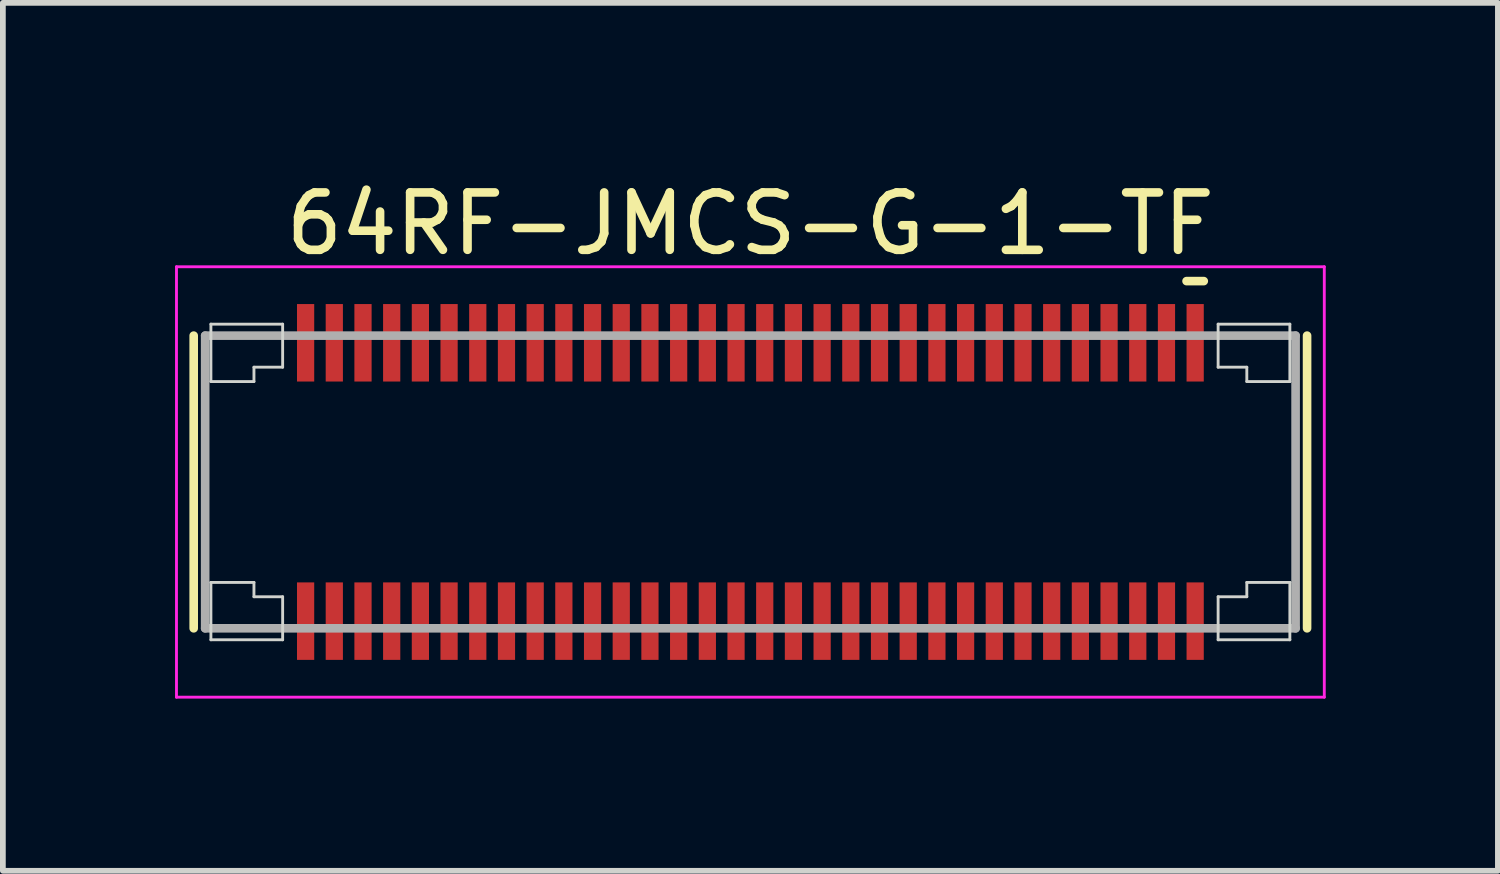
<source format=kicad_pcb>
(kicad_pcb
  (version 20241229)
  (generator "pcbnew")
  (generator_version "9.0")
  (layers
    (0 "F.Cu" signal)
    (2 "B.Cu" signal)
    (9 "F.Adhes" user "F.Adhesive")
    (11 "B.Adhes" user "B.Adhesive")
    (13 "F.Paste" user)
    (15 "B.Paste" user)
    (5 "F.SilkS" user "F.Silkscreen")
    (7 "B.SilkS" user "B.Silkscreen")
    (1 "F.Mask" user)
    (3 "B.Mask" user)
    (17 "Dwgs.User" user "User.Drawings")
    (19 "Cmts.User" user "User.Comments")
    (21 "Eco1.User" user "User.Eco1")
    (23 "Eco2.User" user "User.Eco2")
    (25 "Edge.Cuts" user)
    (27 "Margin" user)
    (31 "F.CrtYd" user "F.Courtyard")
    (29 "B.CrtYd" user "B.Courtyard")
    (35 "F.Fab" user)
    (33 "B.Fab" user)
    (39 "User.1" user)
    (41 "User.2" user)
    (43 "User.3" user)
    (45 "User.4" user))
  (footprint "64RF-JMCS-G-1-TF"
    (layer "F.Cu")
    (at 10.025 5.348)
    (property "Reference" "64RF-JMCS-G-1-TF" (at 0 -4.5 0) (layer "F.SilkS") (effects (font (size 1 1) (thickness 0.15))))
    (attr smd)
    (fp_line (start -9.7 -2.55) (end -9.7 2.55) (stroke (width 0.15) (type solid)) (layer "F.SilkS"))
    (fp_line (start 7.6 -3.5) (end 7.9 -3.5) (stroke (width 0.15) (type solid)) (layer "F.SilkS"))
    (fp_line (start 9.7 -2.55) (end 9.7 2.55) (stroke (width 0.15) (type solid)) (layer "F.SilkS"))
    (fp_line (start -9.4 -2.75) (end -9.4 -1.75) (stroke (width 0.05) (type solid)) (layer "Edge.Cuts"))
    (fp_line (start -9.4 -2.75) (end -8.15 -2.75) (stroke (width 0.05) (type solid)) (layer "Edge.Cuts"))
    (fp_line (start -9.4 -1.75) (end -8.65 -1.75) (stroke (width 0.05) (type solid)) (layer "Edge.Cuts"))
    (fp_line (start -9.4 1.75) (end -8.65 1.75) (stroke (width 0.05) (type solid)) (layer "Edge.Cuts"))
    (fp_line (start -9.4 2.75) (end -9.4 1.75) (stroke (width 0.05) (type solid)) (layer "Edge.Cuts"))
    (fp_line (start -9.4 2.75) (end -8.15 2.75) (stroke (width 0.05) (type solid)) (layer "Edge.Cuts"))
    (fp_line (start -8.65 -2) (end -8.65 -1.75) (stroke (width 0.05) (type solid)) (layer "Edge.Cuts"))
    (fp_line (start -8.65 -2) (end -8.15 -2) (stroke (width 0.05) (type solid)) (layer "Edge.Cuts"))
    (fp_line (start -8.65 2) (end -8.65 1.75) (stroke (width 0.05) (type solid)) (layer "Edge.Cuts"))
    (fp_line (start -8.65 2) (end -8.15 2) (stroke (width 0.05) (type solid)) (layer "Edge.Cuts"))
    (fp_line (start -8.15 -2.75) (end -8.15 -2) (stroke (width 0.05) (type solid)) (layer "Edge.Cuts"))
    (fp_line (start -8.15 2.75) (end -8.15 2) (stroke (width 0.05) (type solid)) (layer "Edge.Cuts"))
    (fp_line (start 8.15 -2.75) (end 8.15 -2) (stroke (width 0.05) (type solid)) (layer "Edge.Cuts"))
    (fp_line (start 8.15 2.75) (end 8.15 2) (stroke (width 0.05) (type solid)) (layer "Edge.Cuts"))
    (fp_line (start 8.65 -2) (end 8.15 -2) (stroke (width 0.05) (type solid)) (layer "Edge.Cuts"))
    (fp_line (start 8.65 -2) (end 8.65 -1.75) (stroke (width 0.05) (type solid)) (layer "Edge.Cuts"))
    (fp_line (start 8.65 2) (end 8.15 2) (stroke (width 0.05) (type solid)) (layer "Edge.Cuts"))
    (fp_line (start 8.65 2) (end 8.65 1.75) (stroke (width 0.05) (type solid)) (layer "Edge.Cuts"))
    (fp_line (start 9.4 -2.75) (end 8.15 -2.75) (stroke (width 0.05) (type solid)) (layer "Edge.Cuts"))
    (fp_line (start 9.4 -2.75) (end 9.4 -1.75) (stroke (width 0.05) (type solid)) (layer "Edge.Cuts"))
    (fp_line (start 9.4 -1.75) (end 8.65 -1.75) (stroke (width 0.05) (type solid)) (layer "Edge.Cuts"))
    (fp_line (start 9.4 1.75) (end 8.65 1.75) (stroke (width 0.05) (type solid)) (layer "Edge.Cuts"))
    (fp_line (start 9.4 2.75) (end 8.15 2.75) (stroke (width 0.05) (type solid)) (layer "Edge.Cuts"))
    (fp_line (start 9.4 2.75) (end 9.4 1.75) (stroke (width 0.05) (type solid)) (layer "Edge.Cuts"))
    (fp_line (start -10 -3.75) (end -10 3.75) (stroke (width 0.05) (type solid)) (layer "F.CrtYd"))
    (fp_line (start -10 -3.75) (end 10 -3.75) (stroke (width 0.05) (type solid)) (layer "F.CrtYd"))
    (fp_line (start -10 3.75) (end 10 3.75) (stroke (width 0.05) (type solid)) (layer "F.CrtYd"))
    (fp_line (start 10 -3.75) (end 10 3.75) (stroke (width 0.05) (type solid)) (layer "F.CrtYd"))
    (fp_line (start -9.5 -2.55) (end -9.5 2.55) (stroke (width 0.15) (type solid)) (layer "F.Fab"))
    (fp_line (start -9.5 -2.55) (end 9.5 -2.55) (stroke (width 0.15) (type solid)) (layer "F.Fab"))
    (fp_line (start -9.5 2.55) (end 9.5 2.55) (stroke (width 0.15) (type solid)) (layer "F.Fab"))
    (fp_line (start 9.5 -2.55) (end 9.5 2.55) (stroke (width 0.15) (type solid)) (layer "F.Fab"))
    (pad "1" smd rect (at 7.75 -2.425) (size 0.3 1.35) (layers "F.Cu" "F.Mask" "F.Paste"))
    (pad "2" smd rect (at 7.75 2.425) (size 0.3 1.35) (layers "F.Cu" "F.Mask" "F.Paste"))
    (pad "3" smd rect (at 7.25 -2.425) (size 0.3 1.35) (layers "F.Cu" "F.Mask" "F.Paste"))
    (pad "4" smd rect (at 7.25 2.425) (size 0.3 1.35) (layers "F.Cu" "F.Mask" "F.Paste"))
    (pad "5" smd rect (at 6.75 -2.425) (size 0.3 1.35) (layers "F.Cu" "F.Mask" "F.Paste"))
    (pad "6" smd rect (at 6.75 2.425) (size 0.3 1.35) (layers "F.Cu" "F.Mask" "F.Paste"))
    (pad "7" smd rect (at 6.25 -2.425) (size 0.3 1.35) (layers "F.Cu" "F.Mask" "F.Paste"))
    (pad "8" smd rect (at 6.25 2.425) (size 0.3 1.35) (layers "F.Cu" "F.Mask" "F.Paste"))
    (pad "9" smd rect (at 5.75 -2.425) (size 0.3 1.35) (layers "F.Cu" "F.Mask" "F.Paste"))
    (pad "10" smd rect (at 5.75 2.425) (size 0.3 1.35) (layers "F.Cu" "F.Mask" "F.Paste"))
    (pad "11" smd rect (at 5.25 -2.425) (size 0.3 1.35) (layers "F.Cu" "F.Mask" "F.Paste"))
    (pad "12" smd rect (at 5.25 2.425) (size 0.3 1.35) (layers "F.Cu" "F.Mask" "F.Paste"))
    (pad "13" smd rect (at 4.75 -2.425) (size 0.3 1.35) (layers "F.Cu" "F.Mask" "F.Paste"))
    (pad "14" smd rect (at 4.75 2.425) (size 0.3 1.35) (layers "F.Cu" "F.Mask" "F.Paste"))
    (pad "15" smd rect (at 4.25 -2.425) (size 0.3 1.35) (layers "F.Cu" "F.Mask" "F.Paste"))
    (pad "16" smd rect (at 4.25 2.425) (size 0.3 1.35) (layers "F.Cu" "F.Mask" "F.Paste"))
    (pad "17" smd rect (at 3.75 -2.425) (size 0.3 1.35) (layers "F.Cu" "F.Mask" "F.Paste"))
    (pad "18" smd rect (at 3.75 2.425) (size 0.3 1.35) (layers "F.Cu" "F.Mask" "F.Paste"))
    (pad "19" smd rect (at 3.25 -2.425) (size 0.3 1.35) (layers "F.Cu" "F.Mask" "F.Paste"))
    (pad "20" smd rect (at 3.25 2.425) (size 0.3 1.35) (layers "F.Cu" "F.Mask" "F.Paste"))
    (pad "21" smd rect (at 2.75 -2.425) (size 0.3 1.35) (layers "F.Cu" "F.Mask" "F.Paste"))
    (pad "22" smd rect (at 2.75 2.425) (size 0.3 1.35) (layers "F.Cu" "F.Mask" "F.Paste"))
    (pad "23" smd rect (at 2.25 -2.425) (size 0.3 1.35) (layers "F.Cu" "F.Mask" "F.Paste"))
    (pad "24" smd rect (at 2.25 2.425) (size 0.3 1.35) (layers "F.Cu" "F.Mask" "F.Paste"))
    (pad "25" smd rect (at 1.75 -2.425) (size 0.3 1.35) (layers "F.Cu" "F.Mask" "F.Paste"))
    (pad "26" smd rect (at 1.75 2.425) (size 0.3 1.35) (layers "F.Cu" "F.Mask" "F.Paste"))
    (pad "27" smd rect (at 1.25 -2.425) (size 0.3 1.35) (layers "F.Cu" "F.Mask" "F.Paste"))
    (pad "28" smd rect (at 1.25 2.425) (size 0.3 1.35) (layers "F.Cu" "F.Mask" "F.Paste"))
    (pad "29" smd rect (at 0.75 -2.425) (size 0.3 1.35) (layers "F.Cu" "F.Mask" "F.Paste"))
    (pad "30" smd rect (at 0.75 2.425) (size 0.3 1.35) (layers "F.Cu" "F.Mask" "F.Paste"))
    (pad "31" smd rect (at 0.25 -2.425) (size 0.3 1.35) (layers "F.Cu" "F.Mask" "F.Paste"))
    (pad "32" smd rect (at 0.25 2.425) (size 0.3 1.35) (layers "F.Cu" "F.Mask" "F.Paste"))
    (pad "33" smd rect (at -0.25 -2.425) (size 0.3 1.35) (layers "F.Cu" "F.Mask" "F.Paste"))
    (pad "34" smd rect (at -0.25 2.425) (size 0.3 1.35) (layers "F.Cu" "F.Mask" "F.Paste"))
    (pad "35" smd rect (at -0.75 -2.425) (size 0.3 1.35) (layers "F.Cu" "F.Mask" "F.Paste"))
    (pad "36" smd rect (at -0.75 2.425) (size 0.3 1.35) (layers "F.Cu" "F.Mask" "F.Paste"))
    (pad "37" smd rect (at -1.25 -2.425) (size 0.3 1.35) (layers "F.Cu" "F.Mask" "F.Paste"))
    (pad "38" smd rect (at -1.25 2.425) (size 0.3 1.35) (layers "F.Cu" "F.Mask" "F.Paste"))
    (pad "39" smd rect (at -1.75 -2.425) (size 0.3 1.35) (layers "F.Cu" "F.Mask" "F.Paste"))
    (pad "40" smd rect (at -1.75 2.425) (size 0.3 1.35) (layers "F.Cu" "F.Mask" "F.Paste"))
    (pad "41" smd rect (at -2.25 -2.425) (size 0.3 1.35) (layers "F.Cu" "F.Mask" "F.Paste"))
    (pad "42" smd rect (at -2.25 2.425) (size 0.3 1.35) (layers "F.Cu" "F.Mask" "F.Paste"))
    (pad "43" smd rect (at -2.75 -2.425) (size 0.3 1.35) (layers "F.Cu" "F.Mask" "F.Paste"))
    (pad "44" smd rect (at -2.75 2.425) (size 0.3 1.35) (layers "F.Cu" "F.Mask" "F.Paste"))
    (pad "45" smd rect (at -3.25 -2.425) (size 0.3 1.35) (layers "F.Cu" "F.Mask" "F.Paste"))
    (pad "46" smd rect (at -3.25 2.425) (size 0.3 1.35) (layers "F.Cu" "F.Mask" "F.Paste"))
    (pad "47" smd rect (at -3.75 -2.425) (size 0.3 1.35) (layers "F.Cu" "F.Mask" "F.Paste"))
    (pad "48" smd rect (at -3.75 2.425) (size 0.3 1.35) (layers "F.Cu" "F.Mask" "F.Paste"))
    (pad "49" smd rect (at -4.25 -2.425) (size 0.3 1.35) (layers "F.Cu" "F.Mask" "F.Paste"))
    (pad "50" smd rect (at -4.25 2.425) (size 0.3 1.35) (layers "F.Cu" "F.Mask" "F.Paste"))
    (pad "51" smd rect (at -4.75 -2.425) (size 0.3 1.35) (layers "F.Cu" "F.Mask" "F.Paste"))
    (pad "52" smd rect (at -4.75 2.425) (size 0.3 1.35) (layers "F.Cu" "F.Mask" "F.Paste"))
    (pad "53" smd rect (at -5.25 -2.425) (size 0.3 1.35) (layers "F.Cu" "F.Mask" "F.Paste"))
    (pad "54" smd rect (at -5.25 2.425) (size 0.3 1.35) (layers "F.Cu" "F.Mask" "F.Paste"))
    (pad "55" smd rect (at -5.75 -2.425) (size 0.3 1.35) (layers "F.Cu" "F.Mask" "F.Paste"))
    (pad "56" smd rect (at -5.75 2.425) (size 0.3 1.35) (layers "F.Cu" "F.Mask" "F.Paste"))
    (pad "57" smd rect (at -6.25 -2.425) (size 0.3 1.35) (layers "F.Cu" "F.Mask" "F.Paste"))
    (pad "58" smd rect (at -6.25 2.425) (size 0.3 1.35) (layers "F.Cu" "F.Mask" "F.Paste"))
    (pad "59" smd rect (at -6.75 -2.425) (size 0.3 1.35) (layers "F.Cu" "F.Mask" "F.Paste"))
    (pad "60" smd rect (at -6.75 2.425) (size 0.3 1.35) (layers "F.Cu" "F.Mask" "F.Paste"))
    (pad "61" smd rect (at -7.25 -2.425) (size 0.3 1.35) (layers "F.Cu" "F.Mask" "F.Paste"))
    (pad "62" smd rect (at -7.25 2.425) (size 0.3 1.35) (layers "F.Cu" "F.Mask" "F.Paste"))
    (pad "63" smd rect (at -7.75 -2.425) (size 0.3 1.35) (layers "F.Cu" "F.Mask" "F.Paste"))
    (pad "64" smd rect (at -7.75 2.425) (size 0.3 1.35) (layers "F.Cu" "F.Mask" "F.Paste")))
  (gr_rect
    (start -3 -3)
    (end 23.05 12.123)
    (stroke (width 0.1) (type default))
    (fill no)
    (layer "Edge.Cuts")))
</source>
